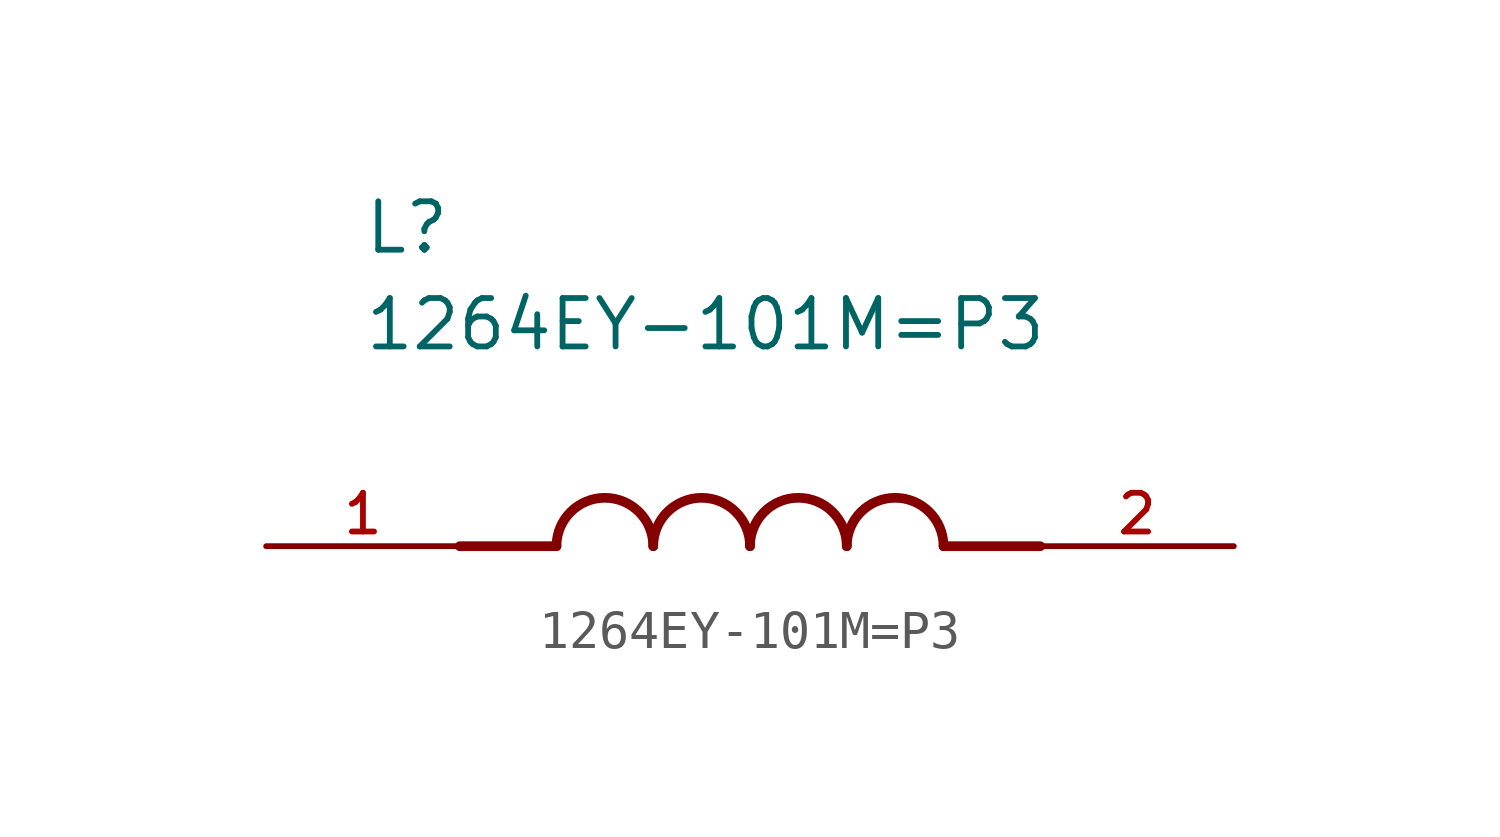
<source format=kicad_sym>
(kicad_symbol_lib
  (version 20211014)
  (generator kicad_symbol_editor)
  (symbol "1264EY-101M=P3"
    (pin_names
      (offset 1.016))
    (property "Reference" "L"
      (at -10.16 7.62 0)
      (effects (font (size 1.27 1.27)) (justify bottom left)))
    (property "Value" "1264EY-101M=P3"
      (at -10.16 5.08 0)
      (effects (font (size 1.27 1.27)) (justify bottom left)))
    (symbol "1264EY-101M=P3_0_0"
      (polyline (pts (xy -5.08 0.0) (xy -7.62 0.0)) (stroke (width 0.254)))
      (polyline (pts (xy 5.08 0.0) (xy 7.62 0.0)) (stroke (width 0.254)))
      (arc (start -2.54 0.0) (mid -3.81 1.27) (end -5.08 0.0) (stroke (width 0.254) (type default) (color 0 0 0 0)) (fill (type none)))
      (arc (start 0.0 0.0) (mid -1.27 1.27) (end -2.54 0.0) (stroke (width 0.254) (type default) (color 0 0 0 0)) (fill (type none)))
      (arc (start 2.54 0.0) (mid 1.27 1.27) (end 0.0 0.0) (stroke (width 0.254) (type default) (color 0 0 0 0)) (fill (type none)))
      (arc (start 5.08 0.0) (mid 3.81 1.27) (end 2.54 0.0) (stroke (width 0.254) (type default) (color 0 0 0 0)) (fill (type none)))
      (pin passive line (at -12.7 0.0 0) (length 5.08) (name "~" (effects (font (size 1.016 1.016)))) (number "1" (effects (font (size 1.016 1.016)))))
      (pin passive line (at 12.7 0.0 180.0) (length 5.08) (name "~" (effects (font (size 1.016 1.016)))) (number "2" (effects (font (size 1.016 1.016))))))))
</source>
